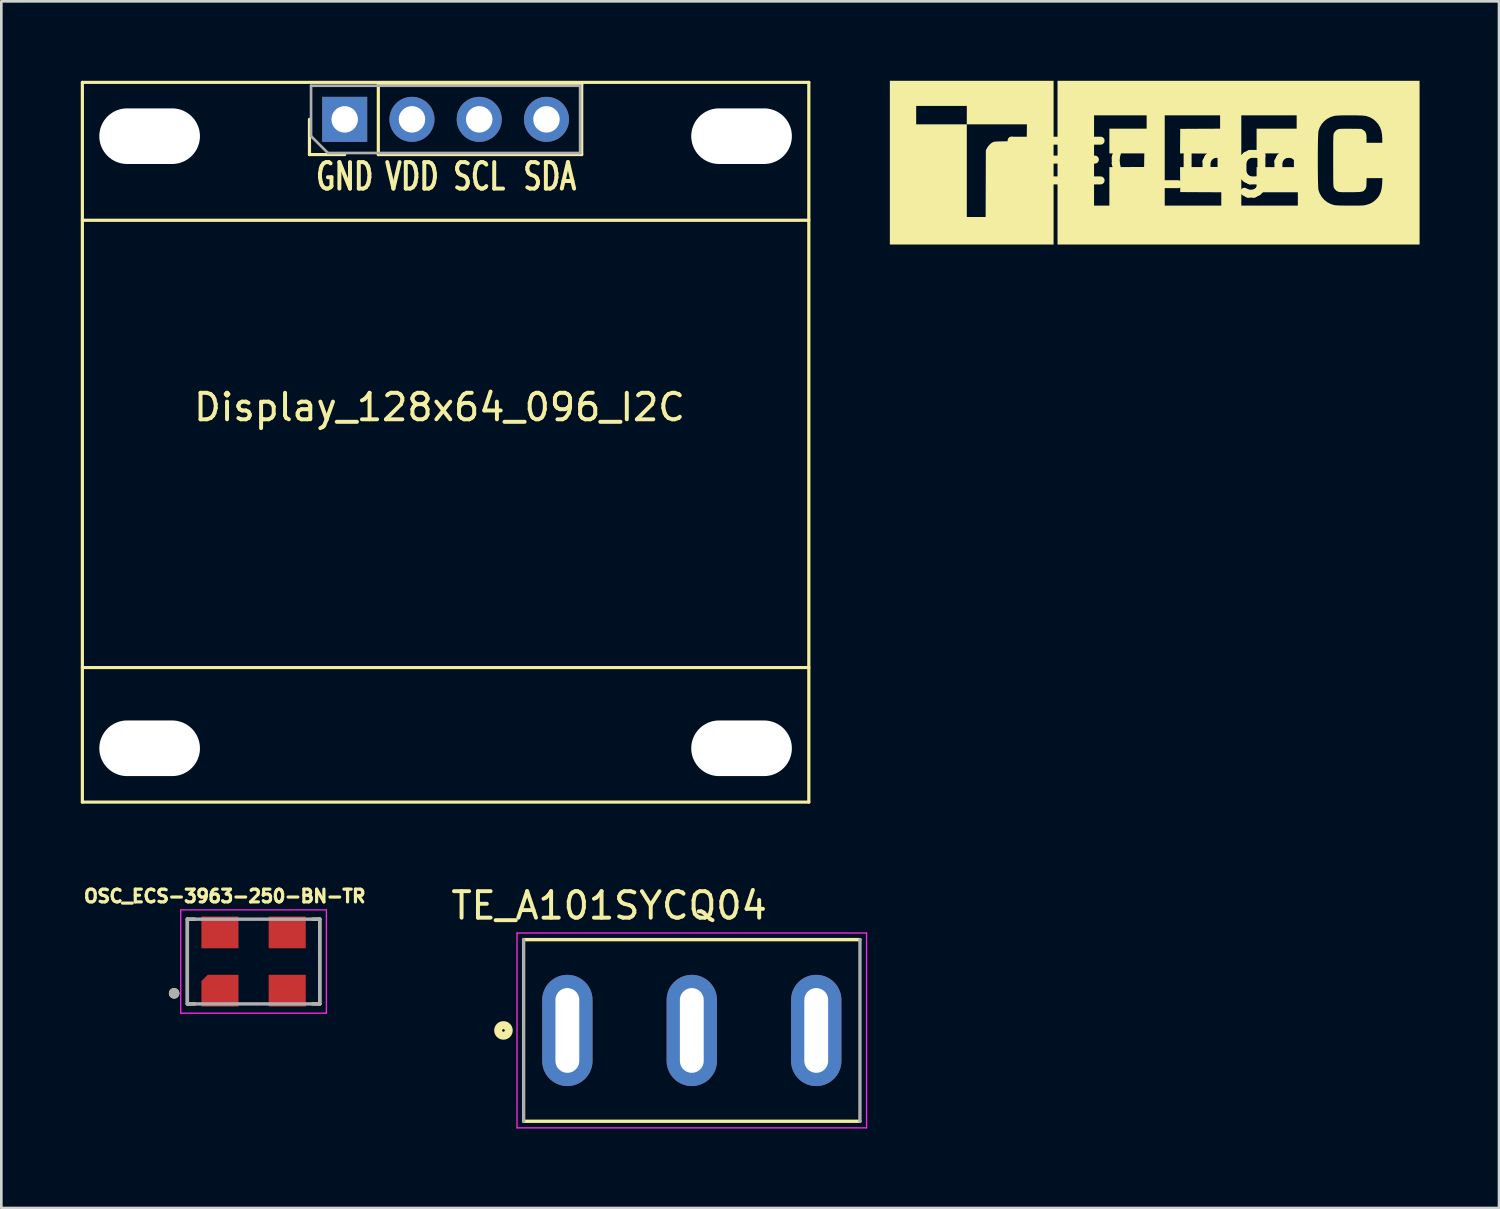
<source format=kicad_pcb>
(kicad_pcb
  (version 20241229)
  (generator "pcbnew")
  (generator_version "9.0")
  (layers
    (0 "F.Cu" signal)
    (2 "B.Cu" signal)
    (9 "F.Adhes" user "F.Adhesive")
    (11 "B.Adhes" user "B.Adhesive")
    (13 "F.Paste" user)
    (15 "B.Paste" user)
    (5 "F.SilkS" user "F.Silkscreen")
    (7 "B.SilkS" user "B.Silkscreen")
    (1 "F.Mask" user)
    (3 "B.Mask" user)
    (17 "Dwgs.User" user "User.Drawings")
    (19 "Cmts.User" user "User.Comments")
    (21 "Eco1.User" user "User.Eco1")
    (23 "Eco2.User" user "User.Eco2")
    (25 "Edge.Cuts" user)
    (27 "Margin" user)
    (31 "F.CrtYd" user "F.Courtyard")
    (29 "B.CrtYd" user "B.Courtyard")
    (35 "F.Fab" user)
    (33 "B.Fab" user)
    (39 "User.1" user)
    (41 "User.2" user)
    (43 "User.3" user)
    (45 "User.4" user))
  (footprint "FEEC_logo"
    (layer "F.Cu")
    (at 40.546 3.084)
    (property "Reference" "FEEC_logo" (at 0 0 0) (layer "F.SilkS") (effects (font (size 1.5 1.5) (thickness 0.3))))
    (attr board_only exclude_from_pos_files exclude_from_bom)
    (fp_poly (pts (xy -3.811 0.007) (xy -3.811 3.099) (xy -6.902 3.099) (xy -9.994 3.099) (xy -9.994 0.007) (xy -9.994 -2.135) (xy -9 -2.135) (xy -9 -1.787) (xy -9 -1.438) (xy -8.044 -1.438) (xy -7.088 -1.438) (xy -7.088 0.311) (xy -7.088 2.061) (xy -6.732 2.061) (xy -6.377 2.061) (xy -6.373 0.804) (xy -6.369 -0.452) (xy -6.334 -0.53) (xy -6.292 -0.597) (xy -6.234 -0.666) (xy -6.166 -0.726) (xy -6.1 -0.767) (xy -6.098 -0.768) (xy -6.081 -0.775) (xy -6.058 -0.78) (xy -6.027 -0.784) (xy -5.985 -0.788) (xy -5.929 -0.791) (xy -5.857 -0.794) (xy -5.764 -0.796) (xy -5.649 -0.798) (xy -5.508 -0.8) (xy -5.434 -0.801) (xy -4.826 -0.808) (xy -4.822 -1.123) (xy -4.818 -1.438) (xy -5.953 -1.438) (xy -7.088 -1.438) (xy -7.088 -1.787) (xy -7.088 -2.135) (xy -8.044 -2.135) (xy -9 -2.135) (xy -9.994 -2.135) (xy -9.994 -3.084) (xy -6.902 -3.084) (xy -3.811 -3.084)) (stroke (width 0) (type solid)) (fill yes) (layer "F.SilkS"))
    (fp_poly (pts (xy 10.009 0.007) (xy 10.009 3.099) (xy 3.173 3.099) (xy -3.662 3.099) (xy -3.662 0.007) (xy -3.662 -1.779) (xy -2.283 -1.779) (xy -2.283 -0.074) (xy -2.283 1.631) (xy -1.994 1.631) (xy -1.705 1.631) (xy -1.705 0.905) (xy -1.705 0.178) (xy -1.049 0.174) (xy -0.393 0.171) (xy -0.389 -0.085) (xy -0.385 -0.341) (xy -1.045 -0.341) (xy -1.705 -0.341) (xy -1.705 -0.808) (xy -1.705 -1.275) (xy -1.001 -1.275) (xy -0.297 -1.275) (xy -0.297 -1.527) (xy -0.297 -1.779) (xy 0.386 -1.779) (xy 0.386 -0.074) (xy 0.386 1.631) (xy 1.453 1.631) (xy 2.521 1.631) (xy 2.521 1.379) (xy 2.521 1.127) (xy 1.746 1.123) (xy 0.971 1.119) (xy 0.967 0.649) (xy 0.963 0.178) (xy 1.672 0.174) (xy 2.38 0.171) (xy 2.38 -0.082) (xy 2.38 -0.334) (xy 1.672 -0.337) (xy 0.963 -0.341) (xy 0.967 -0.805) (xy 0.971 -1.268) (xy 1.724 -1.272) (xy 2.476 -1.275) (xy 2.476 -1.527) (xy 2.476 -1.779) (xy 3.277 -1.779) (xy 3.277 -0.074) (xy 3.277 1.631) (xy 4.345 1.631) (xy 5.412 1.631) (xy 5.412 1.379) (xy 5.412 1.127) (xy 4.634 1.127) (xy 3.855 1.127) (xy 3.855 0.652) (xy 3.855 0.178) (xy 4.56 0.178) (xy 5.264 0.178) (xy 5.264 0.001) (xy 6.166 0.001) (xy 6.166 0.163) (xy 6.168 0.321) (xy 6.169 0.471) (xy 6.171 0.61) (xy 6.174 0.736) (xy 6.178 0.844) (xy 6.181 0.933) (xy 6.186 0.999) (xy 6.191 1.039) (xy 6.192 1.043) (xy 6.243 1.183) (xy 6.318 1.308) (xy 6.415 1.417) (xy 6.53 1.506) (xy 6.661 1.572) (xy 6.78 1.609) (xy 6.819 1.615) (xy 6.875 1.62) (xy 6.95 1.624) (xy 7.046 1.627) (xy 7.166 1.629) (xy 7.313 1.63) (xy 7.378 1.63) (xy 7.517 1.63) (xy 7.63 1.63) (xy 7.721 1.629) (xy 7.792 1.627) (xy 7.849 1.625) (xy 7.895 1.621) (xy 7.933 1.616) (xy 7.966 1.609) (xy 7.996 1.602) (xy 8.116 1.565) (xy 8.216 1.516) (xy 8.307 1.451) (xy 8.333 1.428) (xy 8.422 1.337) (xy 8.49 1.238) (xy 8.54 1.128) (xy 8.574 1.002) (xy 8.592 0.855) (xy 8.596 0.79) (xy 8.604 0.593) (xy 8.307 0.593) (xy 8.009 0.593) (xy 8.005 0.768) (xy 8.002 0.845) (xy 7.998 0.899) (xy 7.992 0.937) (xy 7.982 0.966) (xy 7.967 0.993) (xy 7.96 1.003) (xy 7.938 1.035) (xy 7.915 1.061) (xy 7.888 1.081) (xy 7.853 1.096) (xy 7.808 1.107) (xy 7.748 1.114) (xy 7.67 1.119) (xy 7.57 1.122) (xy 7.445 1.124) (xy 7.411 1.124) (xy 7.272 1.125) (xy 7.156 1.124) (xy 7.063 1.122) (xy 6.996 1.118) (xy 6.957 1.113) (xy 6.956 1.113) (xy 6.878 1.077) (xy 6.813 1.018) (xy 6.775 0.957) (xy 6.769 0.944) (xy 6.764 0.928) (xy 6.76 0.907) (xy 6.757 0.879) (xy 6.754 0.842) (xy 6.752 0.794) (xy 6.751 0.732) (xy 6.749 0.653) (xy 6.748 0.557) (xy 6.748 0.44) (xy 6.748 0.3) (xy 6.747 0.135) (xy 6.747 -0.057) (xy 6.747 -0.074) (xy 6.747 -0.268) (xy 6.747 -0.435) (xy 6.748 -0.577) (xy 6.748 -0.696) (xy 6.749 -0.794) (xy 6.75 -0.874) (xy 6.752 -0.937) (xy 6.754 -0.987) (xy 6.757 -1.025) (xy 6.76 -1.053) (xy 6.764 -1.074) (xy 6.769 -1.091) (xy 6.774 -1.104) (xy 6.775 -1.105) (xy 6.823 -1.178) (xy 6.89 -1.233) (xy 6.956 -1.261) (xy 6.993 -1.266) (xy 7.058 -1.27) (xy 7.149 -1.272) (xy 7.264 -1.273) (xy 7.402 -1.272) (xy 7.411 -1.272) (xy 7.807 -1.268) (xy 7.876 -1.227) (xy 7.928 -1.19) (xy 7.965 -1.147) (xy 7.989 -1.091) (xy 8.002 -1.019) (xy 8.007 -0.923) (xy 8.007 -0.9) (xy 8.007 -0.741) (xy 8.304 -0.741) (xy 8.6 -0.741) (xy 8.6 -0.881) (xy 8.592 -1.048) (xy 8.565 -1.194) (xy 8.519 -1.323) (xy 8.453 -1.438) (xy 8.365 -1.542) (xy 8.362 -1.546) (xy 8.256 -1.636) (xy 8.141 -1.702) (xy 8.011 -1.747) (xy 7.969 -1.757) (xy 7.919 -1.764) (xy 7.845 -1.77) (xy 7.751 -1.774) (xy 7.641 -1.777) (xy 7.521 -1.78) (xy 7.396 -1.78) (xy 7.27 -1.78) (xy 7.148 -1.778) (xy 7.035 -1.776) (xy 6.936 -1.771) (xy 6.856 -1.766) (xy 6.798 -1.76) (xy 6.787 -1.757) (xy 6.645 -1.713) (xy 6.516 -1.644) (xy 6.403 -1.554) (xy 6.309 -1.445) (xy 6.237 -1.32) (xy 6.191 -1.185) (xy 6.186 -1.148) (xy 6.182 -1.085) (xy 6.178 -0.998) (xy 6.174 -0.891) (xy 6.171 -0.767) (xy 6.169 -0.629) (xy 6.168 -0.48) (xy 6.166 -0.323) (xy 6.166 -0.162) (xy 6.166 0.001) (xy 5.264 0.001) (xy 5.264 -0.082) (xy 5.264 -0.341) (xy 4.56 -0.341) (xy 3.855 -0.341) (xy 3.855 -0.808) (xy 3.855 -1.275) (xy 4.611 -1.275) (xy 5.368 -1.275) (xy 5.368 -1.527) (xy 5.368 -1.779) (xy 4.322 -1.779) (xy 3.277 -1.779) (xy 2.476 -1.779) (xy 1.431 -1.779) (xy 0.386 -1.779) (xy -0.297 -1.779) (xy -1.29 -1.779) (xy -2.283 -1.779) (xy -3.662 -1.779) (xy -3.662 -3.084) (xy 3.173 -3.084) (xy 10.009 -3.084)) (stroke (width 0) (type solid)) (fill yes) (layer "F.SilkS")))
  (footprint "Display_128x64_096_I2C"
    (layer "F.Cu")
    (at 13.776 1.457)
    (property "Reference" "Display_128x64_096_I2C" (at -0.229 10.871 0) (layer "F.SilkS") (effects (font (size 1 1) (thickness 0.15))))
    (attr through_hole)
    (fp_line (start -13.716 -1.397) (end 13.716 -1.397) (stroke (width 0.12) (type solid)) (layer "F.SilkS"))
    (fp_line (start -13.716 3.81) (end 13.716 3.81) (stroke (width 0.12) (type solid)) (layer "F.SilkS"))
    (fp_line (start -13.716 20.701) (end 13.716 20.701) (stroke (width 0.12) (type solid)) (layer "F.SilkS"))
    (fp_line (start -13.716 25.781) (end -13.716 -1.397) (stroke (width 0.12) (type solid)) (layer "F.SilkS"))
    (fp_line (start -5.14 1.33) (end -5.14 0) (stroke (width 0.12) (type solid)) (layer "F.SilkS"))
    (fp_line (start -3.81 1.33) (end -5.14 1.33) (stroke (width 0.12) (type solid)) (layer "F.SilkS"))
    (fp_line (start -2.54 -1.33) (end 5.14 -1.33) (stroke (width 0.12) (type solid)) (layer "F.SilkS"))
    (fp_line (start -2.54 1.33) (end -2.54 -1.33) (stroke (width 0.12) (type solid)) (layer "F.SilkS"))
    (fp_line (start -2.54 1.33) (end 5.14 1.33) (stroke (width 0.12) (type solid)) (layer "F.SilkS"))
    (fp_line (start 5.14 1.33) (end 5.14 -1.33) (stroke (width 0.12) (type solid)) (layer "F.SilkS"))
    (fp_line (start 13.716 25.781) (end -13.716 25.781) (stroke (width 0.12) (type solid)) (layer "F.SilkS"))
    (fp_line (start 13.716 25.781) (end 13.716 -1.397) (stroke (width 0.12) (type solid)) (layer "F.SilkS"))
    (fp_line (start -5.08 -1.27) (end 5.08 -1.27) (stroke (width 0.1) (type solid)) (layer "F.Fab"))
    (fp_line (start -5.08 0.635) (end -5.08 -1.27) (stroke (width 0.1) (type solid)) (layer "F.Fab"))
    (fp_line (start -4.445 1.27) (end -5.08 0.635) (stroke (width 0.1) (type solid)) (layer "F.Fab"))
    (fp_line (start 5.08 -1.27) (end 5.08 1.27) (stroke (width 0.1) (type solid)) (layer "F.Fab"))
    (fp_line (start 5.08 1.27) (end -4.445 1.27) (stroke (width 0.1) (type solid)) (layer "F.Fab"))
    (fp_text user "GND" (at -3.81 2.159 0) (layer "F.SilkS") (effects (font (size 1 0.7) (thickness 0.15))))
    (fp_text user "SDA" (at 3.937 2.159 0) (layer "F.SilkS") (effects (font (size 1 0.7) (thickness 0.15))))
    (fp_text user "SCL" (at 1.27 2.159 0) (layer "F.SilkS") (effects (font (size 1 0.7) (thickness 0.15))))
    (fp_text user "VDD" (at -1.27 2.159 0) (layer "F.SilkS") (effects (font (size 1 0.7) (thickness 0.15))))
    (pad "" np_thru_hole oval (at -11.176 0.635) (size 3.8 2.1) (drill oval 3.8 2.1) (layers "*.Cu" "*.Mask"))
    (pad "" np_thru_hole oval (at -11.176 23.749) (size 3.8 2.1) (drill oval 3.8 2.1) (layers "*.Cu" "*.Mask"))
    (pad "" np_thru_hole oval (at 11.176 0.635) (size 3.8 2.1) (drill oval 3.8 2.1) (layers "*.Cu" "*.Mask"))
    (pad "" np_thru_hole oval (at 11.176 23.749) (size 3.8 2.1) (drill oval 3.8 2.1) (layers "*.Cu" "*.Mask"))
    (pad "1" thru_hole rect (at -3.81 0 90) (size 1.7 1.7) (drill 1) (layers "*.Cu" "*.Mask"))
    (pad "2" thru_hole oval (at -1.27 0 90) (size 1.7 1.7) (drill 1) (layers "*.Cu" "*.Mask"))
    (pad "3" thru_hole oval (at 1.27 0 90) (size 1.7 1.7) (drill 1) (layers "*.Cu" "*.Mask"))
    (pad "4" thru_hole oval (at 3.81 0 90) (size 1.7 1.7) (drill 1) (layers "*.Cu" "*.Mask")))
  (footprint "TE_A101SYCQ04"
    (layer "F.Cu")
    (at 23.073 35.861)
    (property "Reference" "TE_A101SYCQ04" (at -3.122 -4.714 0) (layer "F.SilkS") (effects (font (size 1 1) (thickness 0.15))))
    (attr through_hole)
    (fp_line (start -6.35 3.429) (end 6.35 3.429) (stroke (width 0.127) (type solid)) (layer "F.SilkS"))
    (fp_line (start 6.35 -3.429) (end -6.35 -3.429) (stroke (width 0.127) (type solid)) (layer "F.SilkS"))
    (fp_circle (center -7.112 -0.001) (end -6.912 -0.001) (stroke (width 0.3) (type solid)) (fill no) (layer "F.SilkS"))
    (fp_line (start -6.6 -3.679) (end 6.6 -3.679) (stroke (width 0.05) (type solid)) (layer "F.CrtYd"))
    (fp_line (start -6.6 3.679) (end -6.6 -3.679) (stroke (width 0.05) (type solid)) (layer "F.CrtYd"))
    (fp_line (start 6.6 -3.679) (end 6.6 3.679) (stroke (width 0.05) (type solid)) (layer "F.CrtYd"))
    (fp_line (start 6.6 3.679) (end -6.6 3.679) (stroke (width 0.05) (type solid)) (layer "F.CrtYd"))
    (fp_line (start -6.35 -3.429) (end -6.35 3.429) (stroke (width 0.127) (type solid)) (layer "F.Fab"))
    (fp_line (start 6.35 3.429) (end 6.35 -3.429) (stroke (width 0.127) (type solid)) (layer "F.Fab"))
    (pad "1" thru_hole oval (at -4.699 0) (size 1.9 4.2) (drill oval 0.9 3.2) (layers "*.Cu" "*.Mask"))
    (pad "2" thru_hole oval (at 0 0) (size 1.9 4.2) (drill oval 0.9 3.2) (layers "*.Cu" "*.Mask"))
    (pad "3" thru_hole oval (at 4.699 0) (size 1.9 4.2) (drill oval 0.9 3.2) (layers "*.Cu" "*.Mask")))
  (footprint "OSC_ECS-3963-250-BN-TR"
    (layer "F.Cu")
    (at 6.525 33.259)
    (property "Reference" "OSC_ECS-3963-250-BN-TR" (at -1.089 -2.469 0) (layer "F.SilkS") (effects (font (size 0.481 0.481) (thickness 0.15))))
    (attr smd)
    (fp_line (start -2.5 1.6) (end -2.5 -1.6) (stroke (width 0.127) (type solid)) (layer "F.SilkS"))
    (fp_line (start -2.224 -1.6) (end -2.5 -1.6) (stroke (width 0.127) (type solid)) (layer "F.SilkS"))
    (fp_line (start -2.224 1.6) (end -2.5 1.6) (stroke (width 0.127) (type solid)) (layer "F.SilkS"))
    (fp_line (start 2.5 -1.6) (end 2.224 -1.6) (stroke (width 0.127) (type solid)) (layer "F.SilkS"))
    (fp_line (start 2.5 -1.6) (end 2.5 1.6) (stroke (width 0.127) (type solid)) (layer "F.SilkS"))
    (fp_line (start 2.5 1.6) (end 2.224 1.6) (stroke (width 0.127) (type solid)) (layer "F.SilkS"))
    (fp_circle (center -3 1.2) (end -2.9 1.2) (stroke (width 0.2) (type solid)) (fill no) (layer "F.SilkS"))
    (fp_line (start -2.75 -1.95) (end 2.75 -1.95) (stroke (width 0.05) (type solid)) (layer "F.CrtYd"))
    (fp_line (start -2.75 1.95) (end -2.75 -1.95) (stroke (width 0.05) (type solid)) (layer "F.CrtYd"))
    (fp_line (start 2.75 -1.95) (end 2.75 1.95) (stroke (width 0.05) (type solid)) (layer "F.CrtYd"))
    (fp_line (start 2.75 1.95) (end -2.75 1.95) (stroke (width 0.05) (type solid)) (layer "F.CrtYd"))
    (fp_line (start -2.5 -1.6) (end 2.5 -1.6) (stroke (width 0.127) (type solid)) (layer "F.Fab"))
    (fp_line (start -2.5 1.6) (end -2.5 -1.6) (stroke (width 0.127) (type solid)) (layer "F.Fab"))
    (fp_line (start 2.5 -1.6) (end 2.5 1.6) (stroke (width 0.127) (type solid)) (layer "F.Fab"))
    (fp_line (start 2.5 1.6) (end -2.5 1.6) (stroke (width 0.127) (type solid)) (layer "F.Fab"))
    (fp_circle (center -3 1.2) (end -2.9 1.2) (stroke (width 0.2) (type solid)) (fill no) (layer "F.Fab"))
    (pad "1" smd roundrect (at -1.27 1.1 180) (size 1.4 1.2) (layers "F.Cu" "F.Mask" "F.Paste") (roundrect_rratio 0) (chamfer_ratio 0.2) (chamfer bottom_right))
    (pad "2" smd rect (at 1.27 1.1 180) (size 1.4 1.2) (layers "F.Cu" "F.Mask" "F.Paste"))
    (pad "3" smd rect (at 1.27 -1.1 180) (size 1.4 1.2) (layers "F.Cu" "F.Mask" "F.Paste"))
    (pad "4" smd rect (at -1.27 -1.1 180) (size 1.4 1.2) (layers "F.Cu" "F.Mask" "F.Paste")))
  (gr_rect
    (start -3 -3)
    (end 53.555 42.565)
    (stroke (width 0.1) (type default))
    (fill no)
    (layer "Edge.Cuts")))
</source>
